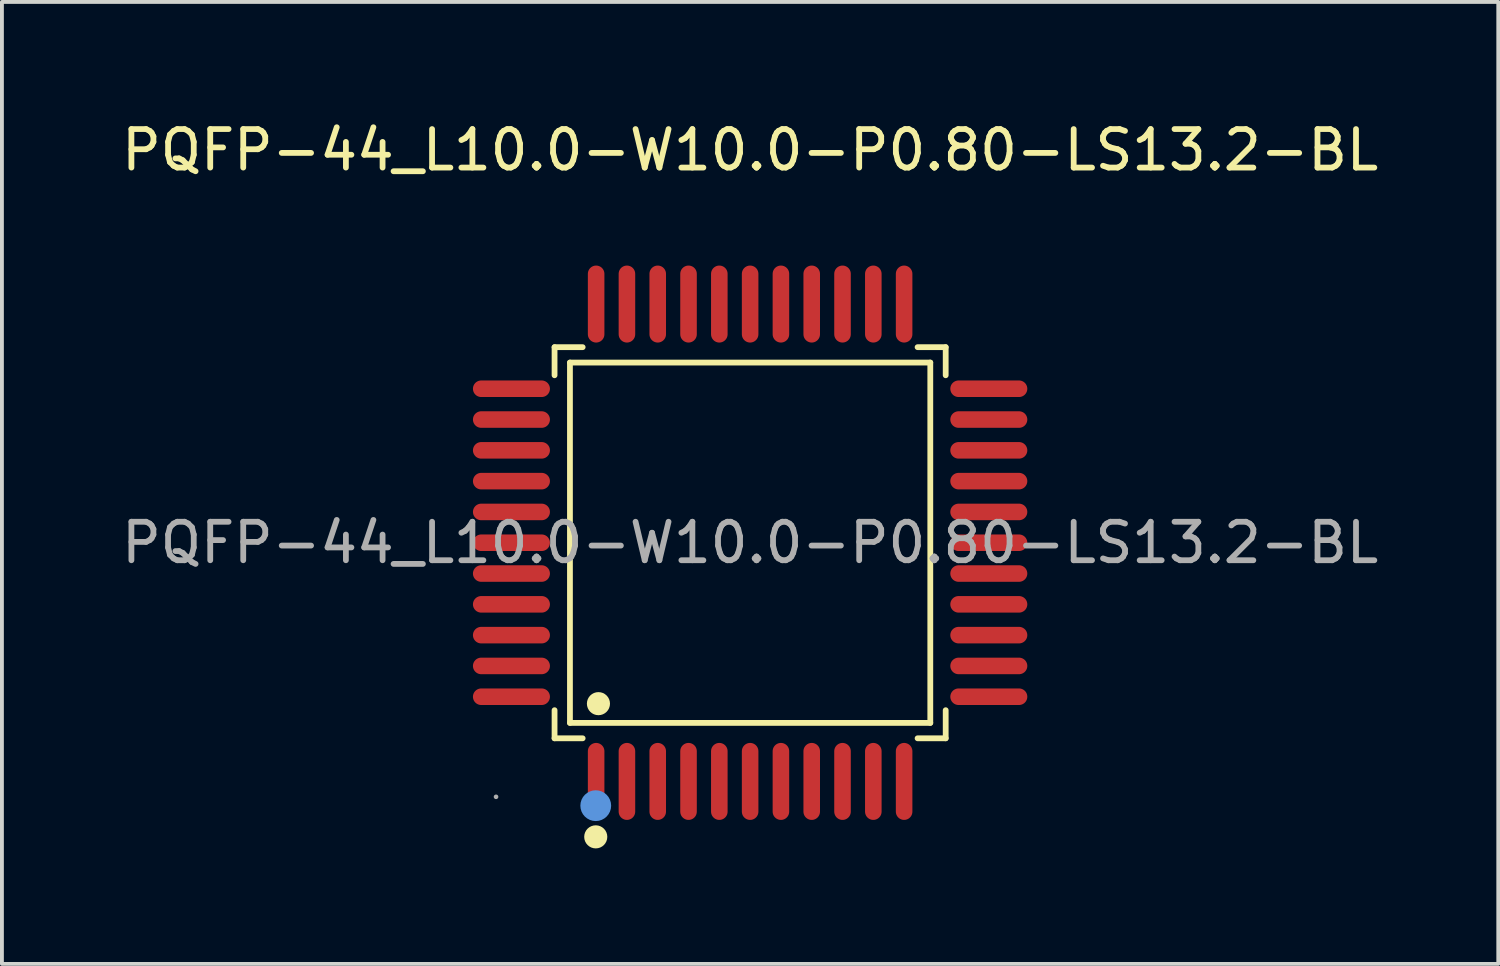
<source format=kicad_pcb>
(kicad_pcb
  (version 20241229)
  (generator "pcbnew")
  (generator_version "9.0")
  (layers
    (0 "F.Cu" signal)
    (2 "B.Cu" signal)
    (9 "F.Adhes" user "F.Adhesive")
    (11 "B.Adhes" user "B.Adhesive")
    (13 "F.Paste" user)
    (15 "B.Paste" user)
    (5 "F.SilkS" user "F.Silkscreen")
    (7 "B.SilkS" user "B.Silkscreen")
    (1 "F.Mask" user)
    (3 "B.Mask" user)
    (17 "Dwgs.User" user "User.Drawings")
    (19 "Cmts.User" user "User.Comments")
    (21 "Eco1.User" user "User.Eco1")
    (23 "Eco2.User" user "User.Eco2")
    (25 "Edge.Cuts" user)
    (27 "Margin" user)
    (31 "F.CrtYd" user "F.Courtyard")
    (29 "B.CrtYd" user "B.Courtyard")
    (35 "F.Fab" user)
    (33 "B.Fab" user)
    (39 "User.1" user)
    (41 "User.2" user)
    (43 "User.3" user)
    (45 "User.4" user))
  (footprint "PQFP-44_L10.0-W10.0-P0.80-LS13.2-BL"
    (layer "F.Cu")
    (at 16.435 11.048)
    (property "Reference" "PQFP-44_L10.0-W10.0-P0.80-LS13.2-BL" (at 0 -10.2 0) (layer "F.SilkS") (effects (font (size 1 1) (thickness 0.15))))
    (attr through_hole)
    (fp_line (start -5.08 -5.08) (end -4.35 -5.08) (stroke (width 0.15) (type solid)) (layer "F.SilkS"))
    (fp_line (start -5.08 -4.35) (end -5.08 -5.08) (stroke (width 0.15) (type solid)) (layer "F.SilkS"))
    (fp_line (start -5.08 4.35) (end -5.08 5.08) (stroke (width 0.15) (type solid)) (layer "F.SilkS"))
    (fp_line (start -5.08 5.08) (end -4.35 5.08) (stroke (width 0.15) (type solid)) (layer "F.SilkS"))
    (fp_line (start -4.68 -4.68) (end 4.68 -4.68) (stroke (width 0.15) (type solid)) (layer "F.SilkS"))
    (fp_line (start -4.68 4.68) (end -4.68 -4.68) (stroke (width 0.15) (type solid)) (layer "F.SilkS"))
    (fp_line (start 4.68 -4.68) (end 4.68 4.68) (stroke (width 0.15) (type solid)) (layer "F.SilkS"))
    (fp_line (start 4.68 4.68) (end -4.68 4.68) (stroke (width 0.15) (type solid)) (layer "F.SilkS"))
    (fp_line (start 5.08 -5.08) (end 4.35 -5.08) (stroke (width 0.15) (type solid)) (layer "F.SilkS"))
    (fp_line (start 5.08 -4.35) (end 5.08 -5.08) (stroke (width 0.15) (type solid)) (layer "F.SilkS"))
    (fp_line (start 5.08 4.35) (end 5.08 5.08) (stroke (width 0.15) (type solid)) (layer "F.SilkS"))
    (fp_line (start 5.08 5.08) (end 4.35 5.08) (stroke (width 0.15) (type solid)) (layer "F.SilkS"))
    (fp_circle (center -4.01 7.64) (end -3.86 7.64) (stroke (width 0.3) (type solid)) (fill no) (layer "F.SilkS"))
    (fp_circle (center -3.94 4.18) (end -3.79 4.18) (stroke (width 0.3) (type solid)) (fill no) (layer "F.SilkS"))
    (fp_circle (center -4.01 6.83) (end -3.81 6.83) (stroke (width 0.4) (type solid)) (fill no) (layer "Cmts.User"))
    (fp_circle (center -6.6 6.6) (end -6.57 6.6) (stroke (width 0.06) (type solid)) (fill no) (layer "F.Fab"))
    (fp_text user "${REFERENCE}" (at 0 0 0) (layer "F.Fab") (effects (font (size 1 1) (thickness 0.15))))
    (pad "1" smd oval (at -4 6.2) (size 0.43 2) (layers "F.Cu" "F.Mask" "F.Paste"))
    (pad "2" smd oval (at -3.2 6.2) (size 0.43 2) (layers "F.Cu" "F.Mask" "F.Paste"))
    (pad "3" smd oval (at -2.4 6.2) (size 0.43 2) (layers "F.Cu" "F.Mask" "F.Paste"))
    (pad "4" smd oval (at -1.6 6.2) (size 0.43 2) (layers "F.Cu" "F.Mask" "F.Paste"))
    (pad "5" smd oval (at -0.8 6.2) (size 0.43 2) (layers "F.Cu" "F.Mask" "F.Paste"))
    (pad "6" smd oval (at 0 6.2) (size 0.43 2) (layers "F.Cu" "F.Mask" "F.Paste"))
    (pad "7" smd oval (at 0.8 6.2) (size 0.43 2) (layers "F.Cu" "F.Mask" "F.Paste"))
    (pad "8" smd oval (at 1.6 6.2) (size 0.43 2) (layers "F.Cu" "F.Mask" "F.Paste"))
    (pad "9" smd oval (at 2.4 6.2) (size 0.43 2) (layers "F.Cu" "F.Mask" "F.Paste"))
    (pad "10" smd oval (at 3.2 6.2) (size 0.43 2) (layers "F.Cu" "F.Mask" "F.Paste"))
    (pad "11" smd oval (at 4 6.2) (size 0.43 2) (layers "F.Cu" "F.Mask" "F.Paste"))
    (pad "12" smd oval (at 6.2 4) (size 2 0.43) (layers "F.Cu" "F.Mask" "F.Paste"))
    (pad "13" smd oval (at 6.2 3.2) (size 2 0.43) (layers "F.Cu" "F.Mask" "F.Paste"))
    (pad "14" smd oval (at 6.2 2.4) (size 2 0.43) (layers "F.Cu" "F.Mask" "F.Paste"))
    (pad "15" smd oval (at 6.2 1.6) (size 2 0.43) (layers "F.Cu" "F.Mask" "F.Paste"))
    (pad "16" smd oval (at 6.2 0.8) (size 2 0.43) (layers "F.Cu" "F.Mask" "F.Paste"))
    (pad "17" smd oval (at 6.2 0) (size 2 0.43) (layers "F.Cu" "F.Mask" "F.Paste"))
    (pad "18" smd oval (at 6.2 -0.8) (size 2 0.43) (layers "F.Cu" "F.Mask" "F.Paste"))
    (pad "19" smd oval (at 6.2 -1.6) (size 2 0.43) (layers "F.Cu" "F.Mask" "F.Paste"))
    (pad "20" smd oval (at 6.2 -2.4) (size 2 0.43) (layers "F.Cu" "F.Mask" "F.Paste"))
    (pad "21" smd oval (at 6.2 -3.2) (size 2 0.43) (layers "F.Cu" "F.Mask" "F.Paste"))
    (pad "22" smd oval (at 6.2 -4) (size 2 0.43) (layers "F.Cu" "F.Mask" "F.Paste"))
    (pad "23" smd oval (at 4 -6.2) (size 0.43 2) (layers "F.Cu" "F.Mask" "F.Paste"))
    (pad "24" smd oval (at 3.2 -6.2) (size 0.43 2) (layers "F.Cu" "F.Mask" "F.Paste"))
    (pad "25" smd oval (at 2.4 -6.2) (size 0.43 2) (layers "F.Cu" "F.Mask" "F.Paste"))
    (pad "26" smd oval (at 1.6 -6.2) (size 0.43 2) (layers "F.Cu" "F.Mask" "F.Paste"))
    (pad "27" smd oval (at 0.8 -6.2) (size 0.43 2) (layers "F.Cu" "F.Mask" "F.Paste"))
    (pad "28" smd oval (at 0 -6.2) (size 0.43 2) (layers "F.Cu" "F.Mask" "F.Paste"))
    (pad "29" smd oval (at -0.8 -6.2) (size 0.43 2) (layers "F.Cu" "F.Mask" "F.Paste"))
    (pad "30" smd oval (at -1.6 -6.2) (size 0.43 2) (layers "F.Cu" "F.Mask" "F.Paste"))
    (pad "31" smd oval (at -2.4 -6.2) (size 0.43 2) (layers "F.Cu" "F.Mask" "F.Paste"))
    (pad "32" smd oval (at -3.2 -6.2) (size 0.43 2) (layers "F.Cu" "F.Mask" "F.Paste"))
    (pad "33" smd oval (at -4 -6.2) (size 0.43 2) (layers "F.Cu" "F.Mask" "F.Paste"))
    (pad "34" smd oval (at -6.2 -4) (size 2 0.43) (layers "F.Cu" "F.Mask" "F.Paste"))
    (pad "35" smd oval (at -6.2 -3.2) (size 2 0.43) (layers "F.Cu" "F.Mask" "F.Paste"))
    (pad "36" smd oval (at -6.2 -2.4) (size 2 0.43) (layers "F.Cu" "F.Mask" "F.Paste"))
    (pad "37" smd oval (at -6.2 -1.6) (size 2 0.43) (layers "F.Cu" "F.Mask" "F.Paste"))
    (pad "38" smd oval (at -6.2 -0.8) (size 2 0.43) (layers "F.Cu" "F.Mask" "F.Paste"))
    (pad "39" smd oval (at -6.2 0) (size 2 0.43) (layers "F.Cu" "F.Mask" "F.Paste"))
    (pad "40" smd oval (at -6.2 0.8) (size 2 0.43) (layers "F.Cu" "F.Mask" "F.Paste"))
    (pad "41" smd oval (at -6.2 1.6) (size 2 0.43) (layers "F.Cu" "F.Mask" "F.Paste"))
    (pad "42" smd oval (at -6.2 2.4) (size 2 0.43) (layers "F.Cu" "F.Mask" "F.Paste"))
    (pad "43" smd oval (at -6.2 3.2) (size 2 0.43) (layers "F.Cu" "F.Mask" "F.Paste"))
    (pad "44" smd oval (at -6.2 4) (size 2 0.43) (layers "F.Cu" "F.Mask" "F.Paste")))
  (gr_rect
    (start -3 -3)
    (end 35.869 21.988)
    (stroke (width 0.1) (type default))
    (fill no)
    (layer "Edge.Cuts")))
</source>
